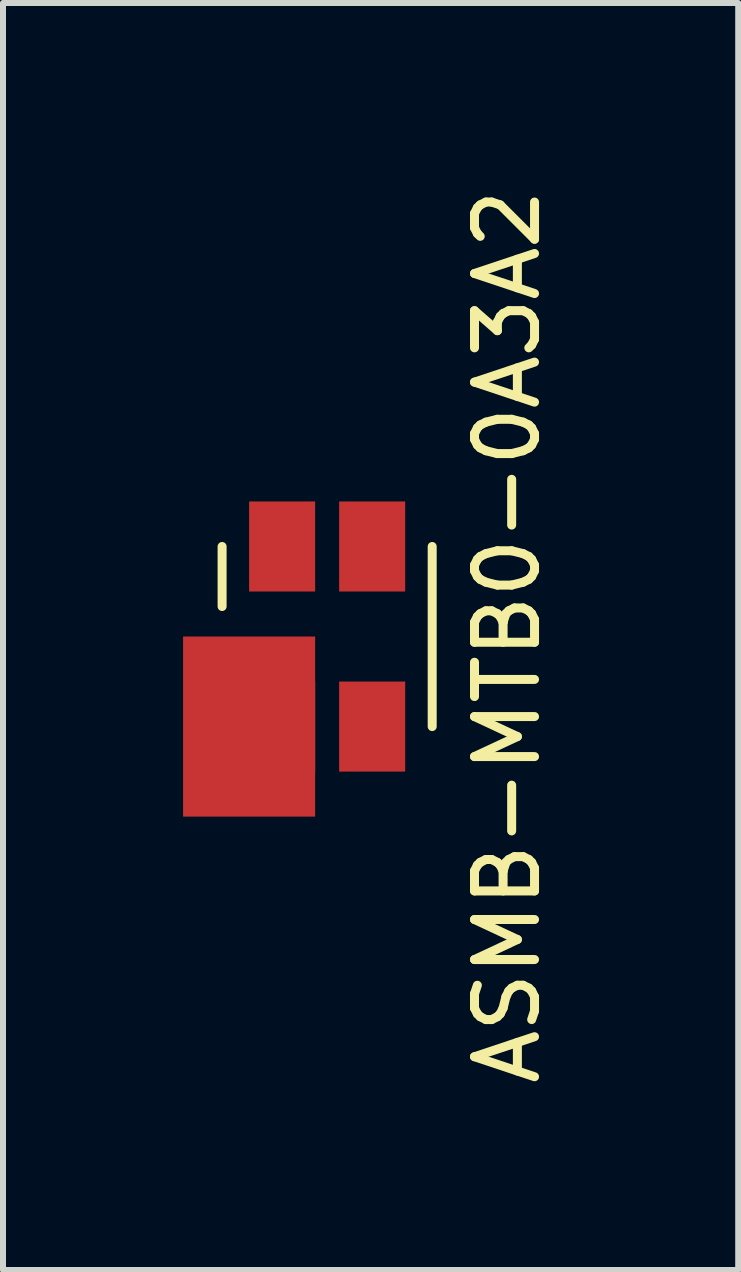
<source format=kicad_pcb>
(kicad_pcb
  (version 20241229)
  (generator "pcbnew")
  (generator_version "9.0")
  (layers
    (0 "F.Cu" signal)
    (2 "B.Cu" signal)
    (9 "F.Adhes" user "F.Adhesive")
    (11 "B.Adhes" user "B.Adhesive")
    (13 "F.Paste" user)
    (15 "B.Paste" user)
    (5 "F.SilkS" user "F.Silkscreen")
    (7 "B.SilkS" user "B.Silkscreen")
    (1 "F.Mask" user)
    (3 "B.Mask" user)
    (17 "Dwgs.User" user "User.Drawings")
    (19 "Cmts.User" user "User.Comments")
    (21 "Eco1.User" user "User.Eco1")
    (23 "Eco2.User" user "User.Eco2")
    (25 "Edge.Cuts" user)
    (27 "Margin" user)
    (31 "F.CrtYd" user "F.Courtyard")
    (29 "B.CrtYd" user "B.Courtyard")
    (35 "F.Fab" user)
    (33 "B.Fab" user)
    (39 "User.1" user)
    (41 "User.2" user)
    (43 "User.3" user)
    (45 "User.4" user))
  (footprint "ASMB-MTB0-0A3A2"
    (layer "F.Cu")
    (at 2.4 7.554)
    (property "Reference" "ASMB-MTB0-0A3A2" (at 3 0 90) (layer "F.SilkS") (effects (font (size 1 1) (thickness 0.15))))
    (attr through_hole)
    (fp_line (start -1.75 -0.5) (end -1.75 -1.5) (stroke (width 0.15) (type solid)) (layer "F.SilkS"))
    (fp_line (start 1.75 -1.5) (end 1.75 1.5) (stroke (width 0.15) (type solid)) (layer "F.SilkS"))
    (pad "" smd rect (at -1.3 1.5) (size 2.2 3) (layers "F.Cu"))
    (pad "1" smd rect (at -0.75 1.5) (size 1.1 1.5) (layers "F.Cu" "F.Mask" "F.Paste"))
    (pad "2" smd rect (at -0.75 -1.5) (size 1.1 1.5) (layers "F.Cu" "F.Mask" "F.Paste"))
    (pad "3" smd rect (at 0.75 -1.5) (size 1.1 1.5) (layers "F.Cu" "F.Mask" "F.Paste"))
    (pad "4" smd rect (at 0.75 1.5) (size 1.1 1.5) (layers "F.Cu" "F.Mask" "F.Paste")))
  (gr_rect
    (start -3 -3)
    (end 9.248 18.107)
    (stroke (width 0.1) (type default))
    (fill no)
    (layer "Edge.Cuts")))
</source>
